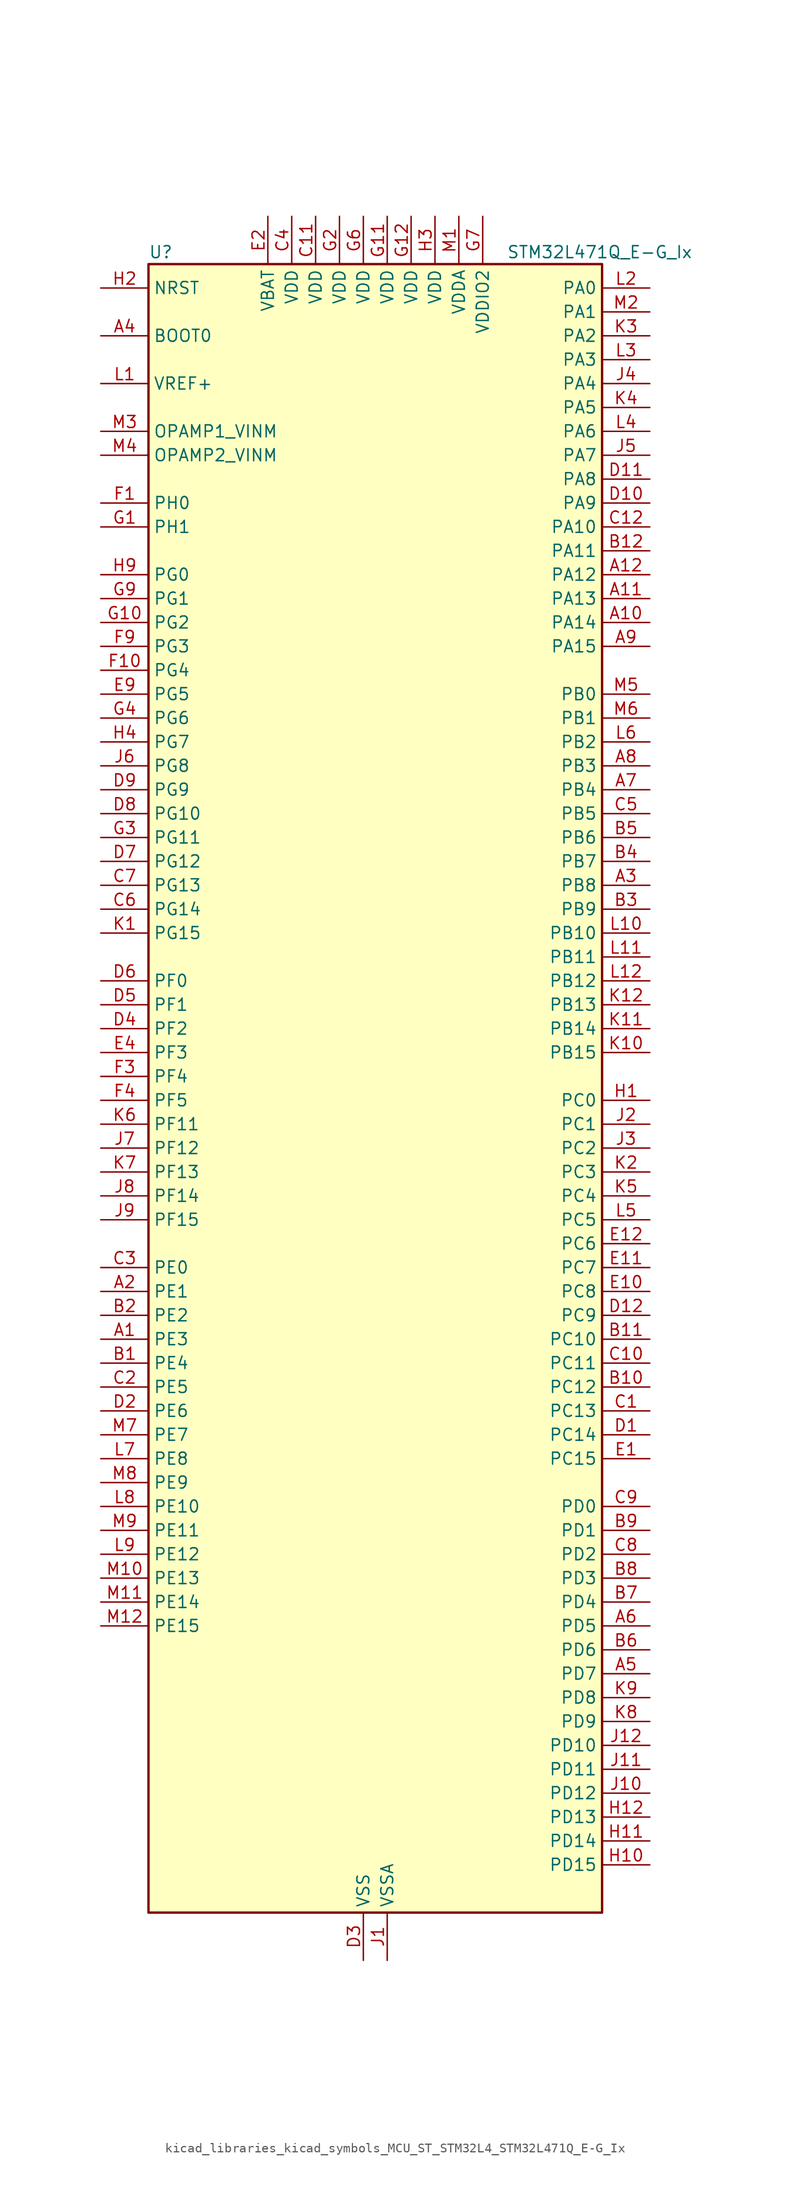
<source format=kicad_sym>
(kicad_symbol_lib
  (version 20220914)
  (generator kicad_symbol_editor)
  (symbol "kicad_libraries_kicad_symbols_MCU_ST_STM32L4_STM32L471Q_E-G_Ix"
    (property "Reference" "U"
      (at -22.86 90.17 0)
      (effects (font (size 1.27 1.27)) (justify left)))
    (property "Value" "STM32L471Q_E-G_Ix"
      (at 15.24 90.17 0)
      (effects (font (size 1.27 1.27)) (justify left)))
    (property "ki_locked" ""
      (at 0 0 0)
      (effects (font (size 1.27 1.27))))
    (symbol "kicad_libraries_kicad_symbols_MCU_ST_STM32L4_STM32L471Q_E-G_Ix_0_1"
      (rectangle (start -22.86 -86.36) (end 25.4 88.9) (stroke (width 0.254) (type default)) (fill (type background))))
    (symbol "kicad_libraries_kicad_symbols_MCU_ST_STM32L4_STM32L471Q_E-G_Ix_1_1"
      (pin bidirectional line (at -27.94 -25.4 0) (length 5.08) (name "PE3" (effects (font (size 1.27 1.27)))) (number "A1" (effects (font (size 1.27 1.27)))) (alternate "FMC_A19" bidirectional line) (alternate "SAI1_SD_B" bidirectional line) (alternate "SYS_TRACED0" bidirectional line) (alternate "TIM3_CH1" bidirectional line) (alternate "TSC_G7_IO2" bidirectional line))
      (pin bidirectional line (at 30.48 50.8 180) (length 5.08) (name "PA14" (effects (font (size 1.27 1.27)))) (number "A10" (effects (font (size 1.27 1.27)))) (alternate "SYS_JTCK-SWCLK" bidirectional line))
      (pin bidirectional line (at 30.48 53.34 180) (length 5.08) (name "PA13" (effects (font (size 1.27 1.27)))) (number "A11" (effects (font (size 1.27 1.27)))) (alternate "IR_OUT" bidirectional line) (alternate "SYS_JTMS-SWDIO" bidirectional line))
      (pin bidirectional line (at 30.48 55.88 180) (length 5.08) (name "PA12" (effects (font (size 1.27 1.27)))) (number "A12" (effects (font (size 1.27 1.27)))) (alternate "CAN1_TX" bidirectional line) (alternate "TIM1_ETR" bidirectional line) (alternate "USART1_DE" bidirectional line) (alternate "USART1_RTS" bidirectional line))
      (pin bidirectional line (at -27.94 -20.32 0) (length 5.08) (name "PE1" (effects (font (size 1.27 1.27)))) (number "A2" (effects (font (size 1.27 1.27)))) (alternate "FMC_NBL1" bidirectional line) (alternate "TIM17_CH1" bidirectional line))
      (pin bidirectional line (at 30.48 22.86 180) (length 5.08) (name "PB8" (effects (font (size 1.27 1.27)))) (number "A3" (effects (font (size 1.27 1.27)))) (alternate "CAN1_RX" bidirectional line) (alternate "DFSDM1_DATIN6" bidirectional line) (alternate "I2C1_SCL" bidirectional line) (alternate "SAI1_MCLK_A" bidirectional line) (alternate "SDMMC1_D4" bidirectional line) (alternate "TIM16_CH1" bidirectional line) (alternate "TIM4_CH3" bidirectional line))
      (pin input line (at -27.94 81.28 0) (length 5.08) (name "BOOT0" (effects (font (size 1.27 1.27)))) (number "A4" (effects (font (size 1.27 1.27)))))
      (pin bidirectional line (at 30.48 -60.96 180) (length 5.08) (name "PD7" (effects (font (size 1.27 1.27)))) (number "A5" (effects (font (size 1.27 1.27)))) (alternate "DFSDM1_CKIN1" bidirectional line) (alternate "FMC_NE1" bidirectional line) (alternate "USART2_CK" bidirectional line))
      (pin bidirectional line (at 30.48 -55.88 180) (length 5.08) (name "PD5" (effects (font (size 1.27 1.27)))) (number "A6" (effects (font (size 1.27 1.27)))) (alternate "FMC_NWE" bidirectional line) (alternate "USART2_TX" bidirectional line))
      (pin bidirectional line (at 30.48 33.02 180) (length 5.08) (name "PB4" (effects (font (size 1.27 1.27)))) (number "A7" (effects (font (size 1.27 1.27)))) (alternate "COMP2_INP" bidirectional line) (alternate "SAI1_MCLK_B" bidirectional line) (alternate "SPI1_MISO" bidirectional line) (alternate "SPI3_MISO" bidirectional line) (alternate "SYS_JTRST" bidirectional line) (alternate "TIM17_BKIN" bidirectional line) (alternate "TIM3_CH1" bidirectional line) (alternate "TSC_G2_IO1" bidirectional line) (alternate "UART5_DE" bidirectional line) (alternate "UART5_RTS" bidirectional line) (alternate "USART1_CTS" bidirectional line))
      (pin bidirectional line (at 30.48 35.56 180) (length 5.08) (name "PB3" (effects (font (size 1.27 1.27)))) (number "A8" (effects (font (size 1.27 1.27)))) (alternate "COMP2_INM" bidirectional line) (alternate "SAI1_SCK_B" bidirectional line) (alternate "SPI1_SCK" bidirectional line) (alternate "SPI3_SCK" bidirectional line) (alternate "SYS_JTDO-SWO" bidirectional line) (alternate "TIM2_CH2" bidirectional line) (alternate "USART1_DE" bidirectional line) (alternate "USART1_RTS" bidirectional line))
      (pin bidirectional line (at 30.48 48.26 180) (length 5.08) (name "PA15" (effects (font (size 1.27 1.27)))) (number "A9" (effects (font (size 1.27 1.27)))) (alternate "ADC1_EXTI15" bidirectional line) (alternate "ADC2_EXTI15" bidirectional line) (alternate "ADC3_EXTI15" bidirectional line) (alternate "SAI2_FS_B" bidirectional line) (alternate "SPI1_NSS" bidirectional line) (alternate "SPI3_NSS" bidirectional line) (alternate "SYS_JTDI" bidirectional line) (alternate "TIM2_CH1" bidirectional line) (alternate "TIM2_ETR" bidirectional line) (alternate "TSC_G3_IO1" bidirectional line) (alternate "UART4_DE" bidirectional line) (alternate "UART4_RTS" bidirectional line))
      (pin bidirectional line (at -27.94 -27.94 0) (length 5.08) (name "PE4" (effects (font (size 1.27 1.27)))) (number "B1" (effects (font (size 1.27 1.27)))) (alternate "DFSDM1_DATIN3" bidirectional line) (alternate "FMC_A20" bidirectional line) (alternate "SAI1_FS_A" bidirectional line) (alternate "SYS_TRACED1" bidirectional line) (alternate "TIM3_CH2" bidirectional line) (alternate "TSC_G7_IO3" bidirectional line))
      (pin bidirectional line (at 30.48 -30.48 180) (length 5.08) (name "PC12" (effects (font (size 1.27 1.27)))) (number "B10" (effects (font (size 1.27 1.27)))) (alternate "SAI2_SD_B" bidirectional line) (alternate "SDMMC1_CK" bidirectional line) (alternate "SPI3_MOSI" bidirectional line) (alternate "TSC_G3_IO4" bidirectional line) (alternate "UART5_TX" bidirectional line) (alternate "USART3_CK" bidirectional line))
      (pin bidirectional line (at 30.48 -25.4 180) (length 5.08) (name "PC10" (effects (font (size 1.27 1.27)))) (number "B11" (effects (font (size 1.27 1.27)))) (alternate "SAI2_SCK_B" bidirectional line) (alternate "SDMMC1_D2" bidirectional line) (alternate "SPI3_SCK" bidirectional line) (alternate "TSC_G3_IO2" bidirectional line) (alternate "UART4_TX" bidirectional line) (alternate "USART3_TX" bidirectional line))
      (pin bidirectional line (at 30.48 58.42 180) (length 5.08) (name "PA11" (effects (font (size 1.27 1.27)))) (number "B12" (effects (font (size 1.27 1.27)))) (alternate "ADC1_EXTI11" bidirectional line) (alternate "ADC2_EXTI11" bidirectional line) (alternate "ADC3_EXTI11" bidirectional line) (alternate "CAN1_RX" bidirectional line) (alternate "TIM1_BKIN2" bidirectional line) (alternate "TIM1_BKIN2_COMP1" bidirectional line) (alternate "TIM1_CH4" bidirectional line) (alternate "USART1_CTS" bidirectional line))
      (pin bidirectional line (at -27.94 -22.86 0) (length 5.08) (name "PE2" (effects (font (size 1.27 1.27)))) (number "B2" (effects (font (size 1.27 1.27)))) (alternate "FMC_A23" bidirectional line) (alternate "SAI1_MCLK_A" bidirectional line) (alternate "SYS_TRACECLK" bidirectional line) (alternate "TIM3_ETR" bidirectional line) (alternate "TSC_G7_IO1" bidirectional line))
      (pin bidirectional line (at 30.48 20.32 180) (length 5.08) (name "PB9" (effects (font (size 1.27 1.27)))) (number "B3" (effects (font (size 1.27 1.27)))) (alternate "CAN1_TX" bidirectional line) (alternate "DAC1_EXTI9" bidirectional line) (alternate "DFSDM1_CKIN6" bidirectional line) (alternate "I2C1_SDA" bidirectional line) (alternate "IR_OUT" bidirectional line) (alternate "SAI1_FS_A" bidirectional line) (alternate "SDMMC1_D5" bidirectional line) (alternate "SPI2_NSS" bidirectional line) (alternate "TIM17_CH1" bidirectional line) (alternate "TIM4_CH4" bidirectional line))
      (pin bidirectional line (at 30.48 25.4 180) (length 5.08) (name "PB7" (effects (font (size 1.27 1.27)))) (number "B4" (effects (font (size 1.27 1.27)))) (alternate "COMP2_INM" bidirectional line) (alternate "DFSDM1_CKIN5" bidirectional line) (alternate "FMC_NL" bidirectional line) (alternate "I2C1_SDA" bidirectional line) (alternate "LPTIM1_IN2" bidirectional line) (alternate "SYS_PVD_IN" bidirectional line) (alternate "TIM17_CH1N" bidirectional line) (alternate "TIM4_CH2" bidirectional line) (alternate "TIM8_BKIN" bidirectional line) (alternate "TIM8_BKIN_COMP1" bidirectional line) (alternate "TSC_G2_IO4" bidirectional line) (alternate "UART4_CTS" bidirectional line) (alternate "USART1_RX" bidirectional line))
      (pin bidirectional line (at 30.48 27.94 180) (length 5.08) (name "PB6" (effects (font (size 1.27 1.27)))) (number "B5" (effects (font (size 1.27 1.27)))) (alternate "COMP2_INP" bidirectional line) (alternate "DFSDM1_DATIN5" bidirectional line) (alternate "I2C1_SCL" bidirectional line) (alternate "LPTIM1_ETR" bidirectional line) (alternate "SAI1_FS_B" bidirectional line) (alternate "TIM16_CH1N" bidirectional line) (alternate "TIM4_CH1" bidirectional line) (alternate "TIM8_BKIN2" bidirectional line) (alternate "TIM8_BKIN2_COMP2" bidirectional line) (alternate "TSC_G2_IO3" bidirectional line) (alternate "USART1_TX" bidirectional line))
      (pin bidirectional line (at 30.48 -58.42 180) (length 5.08) (name "PD6" (effects (font (size 1.27 1.27)))) (number "B6" (effects (font (size 1.27 1.27)))) (alternate "DFSDM1_DATIN1" bidirectional line) (alternate "FMC_NWAIT" bidirectional line) (alternate "SAI1_SD_A" bidirectional line) (alternate "USART2_RX" bidirectional line))
      (pin bidirectional line (at 30.48 -53.34 180) (length 5.08) (name "PD4" (effects (font (size 1.27 1.27)))) (number "B7" (effects (font (size 1.27 1.27)))) (alternate "DFSDM1_CKIN0" bidirectional line) (alternate "FMC_NOE" bidirectional line) (alternate "SPI2_MOSI" bidirectional line) (alternate "USART2_DE" bidirectional line) (alternate "USART2_RTS" bidirectional line))
      (pin bidirectional line (at 30.48 -50.8 180) (length 5.08) (name "PD3" (effects (font (size 1.27 1.27)))) (number "B8" (effects (font (size 1.27 1.27)))) (alternate "DFSDM1_DATIN0" bidirectional line) (alternate "FMC_CLK" bidirectional line) (alternate "SPI2_MISO" bidirectional line) (alternate "USART2_CTS" bidirectional line))
      (pin bidirectional line (at 30.48 -45.72 180) (length 5.08) (name "PD1" (effects (font (size 1.27 1.27)))) (number "B9" (effects (font (size 1.27 1.27)))) (alternate "CAN1_TX" bidirectional line) (alternate "DFSDM1_CKIN7" bidirectional line) (alternate "FMC_D3" bidirectional line) (alternate "FMC_DA3" bidirectional line) (alternate "SPI2_SCK" bidirectional line))
      (pin bidirectional line (at 30.48 -33.02 180) (length 5.08) (name "PC13" (effects (font (size 1.27 1.27)))) (number "C1" (effects (font (size 1.27 1.27)))) (alternate "RTC_OUT_ALARM" bidirectional line) (alternate "RTC_OUT_CALIB" bidirectional line) (alternate "RTC_TAMP1" bidirectional line) (alternate "RTC_TS" bidirectional line) (alternate "SYS_WKUP2" bidirectional line))
      (pin bidirectional line (at 30.48 -27.94 180) (length 5.08) (name "PC11" (effects (font (size 1.27 1.27)))) (number "C10" (effects (font (size 1.27 1.27)))) (alternate "ADC1_EXTI11" bidirectional line) (alternate "ADC2_EXTI11" bidirectional line) (alternate "ADC3_EXTI11" bidirectional line) (alternate "SAI2_MCLK_B" bidirectional line) (alternate "SDMMC1_D3" bidirectional line) (alternate "SPI3_MISO" bidirectional line) (alternate "TSC_G3_IO3" bidirectional line) (alternate "UART4_RX" bidirectional line) (alternate "USART3_RX" bidirectional line))
      (pin power_in line (at -5.08 93.98 270) (length 5.08) (name "VDD" (effects (font (size 1.27 1.27)))) (number "C11" (effects (font (size 1.27 1.27)))))
      (pin bidirectional line (at 30.48 60.96 180) (length 5.08) (name "PA10" (effects (font (size 1.27 1.27)))) (number "C12" (effects (font (size 1.27 1.27)))) (alternate "TIM17_BKIN" bidirectional line) (alternate "TIM1_CH3" bidirectional line) (alternate "USART1_RX" bidirectional line))
      (pin bidirectional line (at -27.94 -30.48 0) (length 5.08) (name "PE5" (effects (font (size 1.27 1.27)))) (number "C2" (effects (font (size 1.27 1.27)))) (alternate "DFSDM1_CKIN3" bidirectional line) (alternate "FMC_A21" bidirectional line) (alternate "SAI1_SCK_A" bidirectional line) (alternate "SYS_TRACED2" bidirectional line) (alternate "TIM3_CH3" bidirectional line) (alternate "TSC_G7_IO4" bidirectional line))
      (pin bidirectional line (at -27.94 -17.78 0) (length 5.08) (name "PE0" (effects (font (size 1.27 1.27)))) (number "C3" (effects (font (size 1.27 1.27)))) (alternate "FMC_NBL0" bidirectional line) (alternate "TIM16_CH1" bidirectional line) (alternate "TIM4_ETR" bidirectional line))
      (pin power_in line (at -7.62 93.98 270) (length 5.08) (name "VDD" (effects (font (size 1.27 1.27)))) (number "C4" (effects (font (size 1.27 1.27)))))
      (pin bidirectional line (at 30.48 30.48 180) (length 5.08) (name "PB5" (effects (font (size 1.27 1.27)))) (number "C5" (effects (font (size 1.27 1.27)))) (alternate "COMP2_OUT" bidirectional line) (alternate "I2C1_SMBA" bidirectional line) (alternate "LPTIM1_IN1" bidirectional line) (alternate "SAI1_SD_B" bidirectional line) (alternate "SPI1_MOSI" bidirectional line) (alternate "SPI3_MOSI" bidirectional line) (alternate "TIM16_BKIN" bidirectional line) (alternate "TIM3_CH2" bidirectional line) (alternate "TSC_G2_IO2" bidirectional line) (alternate "UART5_CTS" bidirectional line) (alternate "USART1_CK" bidirectional line))
      (pin bidirectional line (at -27.94 20.32 0) (length 5.08) (name "PG14" (effects (font (size 1.27 1.27)))) (number "C6" (effects (font (size 1.27 1.27)))) (alternate "FMC_A25" bidirectional line) (alternate "I2C1_SCL" bidirectional line))
      (pin bidirectional line (at -27.94 22.86 0) (length 5.08) (name "PG13" (effects (font (size 1.27 1.27)))) (number "C7" (effects (font (size 1.27 1.27)))) (alternate "FMC_A24" bidirectional line) (alternate "I2C1_SDA" bidirectional line) (alternate "USART1_CK" bidirectional line))
      (pin bidirectional line (at 30.48 -48.26 180) (length 5.08) (name "PD2" (effects (font (size 1.27 1.27)))) (number "C8" (effects (font (size 1.27 1.27)))) (alternate "SDMMC1_CMD" bidirectional line) (alternate "TIM3_ETR" bidirectional line) (alternate "TSC_SYNC" bidirectional line) (alternate "UART5_RX" bidirectional line) (alternate "USART3_DE" bidirectional line) (alternate "USART3_RTS" bidirectional line))
      (pin bidirectional line (at 30.48 -43.18 180) (length 5.08) (name "PD0" (effects (font (size 1.27 1.27)))) (number "C9" (effects (font (size 1.27 1.27)))) (alternate "CAN1_RX" bidirectional line) (alternate "DFSDM1_DATIN7" bidirectional line) (alternate "FMC_D2" bidirectional line) (alternate "FMC_DA2" bidirectional line) (alternate "SPI2_NSS" bidirectional line))
      (pin bidirectional line (at 30.48 -35.56 180) (length 5.08) (name "PC14" (effects (font (size 1.27 1.27)))) (number "D1" (effects (font (size 1.27 1.27)))) (alternate "RCC_OSC32_IN" bidirectional line))
      (pin bidirectional line (at 30.48 63.5 180) (length 5.08) (name "PA9" (effects (font (size 1.27 1.27)))) (number "D10" (effects (font (size 1.27 1.27)))) (alternate "DAC1_EXTI9" bidirectional line) (alternate "TIM15_BKIN" bidirectional line) (alternate "TIM1_CH2" bidirectional line) (alternate "USART1_TX" bidirectional line))
      (pin bidirectional line (at 30.48 66.04 180) (length 5.08) (name "PA8" (effects (font (size 1.27 1.27)))) (number "D11" (effects (font (size 1.27 1.27)))) (alternate "LPTIM2_OUT" bidirectional line) (alternate "RCC_MCO" bidirectional line) (alternate "TIM1_CH1" bidirectional line) (alternate "USART1_CK" bidirectional line))
      (pin bidirectional line (at 30.48 -22.86 180) (length 5.08) (name "PC9" (effects (font (size 1.27 1.27)))) (number "D12" (effects (font (size 1.27 1.27)))) (alternate "DAC1_EXTI9" bidirectional line) (alternate "SAI2_EXTCLK" bidirectional line) (alternate "SDMMC1_D1" bidirectional line) (alternate "TIM3_CH4" bidirectional line) (alternate "TIM8_BKIN2" bidirectional line) (alternate "TIM8_BKIN2_COMP1" bidirectional line) (alternate "TIM8_CH4" bidirectional line) (alternate "TSC_G4_IO4" bidirectional line))
      (pin bidirectional line (at -27.94 -33.02 0) (length 5.08) (name "PE6" (effects (font (size 1.27 1.27)))) (number "D2" (effects (font (size 1.27 1.27)))) (alternate "FMC_A22" bidirectional line) (alternate "RTC_TAMP3" bidirectional line) (alternate "SAI1_SD_A" bidirectional line) (alternate "SYS_TRACED3" bidirectional line) (alternate "SYS_WKUP3" bidirectional line) (alternate "TIM3_CH4" bidirectional line))
      (pin power_in line (at 0 -91.44 90) (length 5.08) (name "VSS" (effects (font (size 1.27 1.27)))) (number "D3" (effects (font (size 1.27 1.27)))))
      (pin bidirectional line (at -27.94 7.62 0) (length 5.08) (name "PF2" (effects (font (size 1.27 1.27)))) (number "D4" (effects (font (size 1.27 1.27)))) (alternate "FMC_A2" bidirectional line) (alternate "I2C2_SMBA" bidirectional line))
      (pin bidirectional line (at -27.94 10.16 0) (length 5.08) (name "PF1" (effects (font (size 1.27 1.27)))) (number "D5" (effects (font (size 1.27 1.27)))) (alternate "FMC_A1" bidirectional line) (alternate "I2C2_SCL" bidirectional line))
      (pin bidirectional line (at -27.94 12.7 0) (length 5.08) (name "PF0" (effects (font (size 1.27 1.27)))) (number "D6" (effects (font (size 1.27 1.27)))) (alternate "FMC_A0" bidirectional line) (alternate "I2C2_SDA" bidirectional line))
      (pin bidirectional line (at -27.94 25.4 0) (length 5.08) (name "PG12" (effects (font (size 1.27 1.27)))) (number "D7" (effects (font (size 1.27 1.27)))) (alternate "FMC_NE4" bidirectional line) (alternate "LPTIM1_ETR" bidirectional line) (alternate "SAI2_SD_A" bidirectional line) (alternate "SPI3_NSS" bidirectional line) (alternate "USART1_DE" bidirectional line) (alternate "USART1_RTS" bidirectional line))
      (pin bidirectional line (at -27.94 30.48 0) (length 5.08) (name "PG10" (effects (font (size 1.27 1.27)))) (number "D8" (effects (font (size 1.27 1.27)))) (alternate "FMC_NE3" bidirectional line) (alternate "LPTIM1_IN1" bidirectional line) (alternate "SAI2_FS_A" bidirectional line) (alternate "SPI3_MISO" bidirectional line) (alternate "TIM15_CH1" bidirectional line) (alternate "USART1_RX" bidirectional line))
      (pin bidirectional line (at -27.94 33.02 0) (length 5.08) (name "PG9" (effects (font (size 1.27 1.27)))) (number "D9" (effects (font (size 1.27 1.27)))) (alternate "DAC1_EXTI9" bidirectional line) (alternate "FMC_NCE3" bidirectional line) (alternate "FMC_NE2" bidirectional line) (alternate "SAI2_SCK_A" bidirectional line) (alternate "SPI3_SCK" bidirectional line) (alternate "TIM15_CH1N" bidirectional line) (alternate "USART1_TX" bidirectional line))
      (pin bidirectional line (at 30.48 -38.1 180) (length 5.08) (name "PC15" (effects (font (size 1.27 1.27)))) (number "E1" (effects (font (size 1.27 1.27)))) (alternate "ADC1_EXTI15" bidirectional line) (alternate "ADC2_EXTI15" bidirectional line) (alternate "ADC3_EXTI15" bidirectional line) (alternate "RCC_OSC32_OUT" bidirectional line))
      (pin bidirectional line (at 30.48 -20.32 180) (length 5.08) (name "PC8" (effects (font (size 1.27 1.27)))) (number "E10" (effects (font (size 1.27 1.27)))) (alternate "SDMMC1_D0" bidirectional line) (alternate "TIM3_CH3" bidirectional line) (alternate "TIM8_CH3" bidirectional line) (alternate "TSC_G4_IO3" bidirectional line))
      (pin bidirectional line (at 30.48 -17.78 180) (length 5.08) (name "PC7" (effects (font (size 1.27 1.27)))) (number "E11" (effects (font (size 1.27 1.27)))) (alternate "DFSDM1_DATIN3" bidirectional line) (alternate "SAI2_MCLK_B" bidirectional line) (alternate "SDMMC1_D7" bidirectional line) (alternate "TIM3_CH2" bidirectional line) (alternate "TIM8_CH2" bidirectional line) (alternate "TSC_G4_IO2" bidirectional line))
      (pin bidirectional line (at 30.48 -15.24 180) (length 5.08) (name "PC6" (effects (font (size 1.27 1.27)))) (number "E12" (effects (font (size 1.27 1.27)))) (alternate "DFSDM1_CKIN3" bidirectional line) (alternate "SAI2_MCLK_A" bidirectional line) (alternate "SDMMC1_D6" bidirectional line) (alternate "TIM3_CH1" bidirectional line) (alternate "TIM8_CH1" bidirectional line) (alternate "TSC_G4_IO1" bidirectional line))
      (pin power_in line (at -10.16 93.98 270) (length 5.08) (name "VBAT" (effects (font (size 1.27 1.27)))) (number "E2" (effects (font (size 1.27 1.27)))))
      (pin passive line (at 0 -91.44 90) (length 5.08) hide (name "VSS" (effects (font (size 1.27 1.27)))) (number "E3" (effects (font (size 1.27 1.27)))))
      (pin bidirectional line (at -27.94 5.08 0) (length 5.08) (name "PF3" (effects (font (size 1.27 1.27)))) (number "E4" (effects (font (size 1.27 1.27)))) (alternate "ADC3_IN6" bidirectional line) (alternate "FMC_A3" bidirectional line))
      (pin bidirectional line (at -27.94 43.18 0) (length 5.08) (name "PG5" (effects (font (size 1.27 1.27)))) (number "E9" (effects (font (size 1.27 1.27)))) (alternate "FMC_A15" bidirectional line) (alternate "LPUART1_CTS" bidirectional line) (alternate "SAI2_SD_B" bidirectional line) (alternate "SPI1_NSS" bidirectional line))
      (pin bidirectional line (at -27.94 63.5 0) (length 5.08) (name "PH0" (effects (font (size 1.27 1.27)))) (number "F1" (effects (font (size 1.27 1.27)))) (alternate "RCC_OSC_IN" bidirectional line))
      (pin bidirectional line (at -27.94 45.72 0) (length 5.08) (name "PG4" (effects (font (size 1.27 1.27)))) (number "F10" (effects (font (size 1.27 1.27)))) (alternate "FMC_A14" bidirectional line) (alternate "SAI2_MCLK_B" bidirectional line) (alternate "SPI1_MOSI" bidirectional line))
      (pin passive line (at 0 -91.44 90) (length 5.08) hide (name "VSS" (effects (font (size 1.27 1.27)))) (number "F11" (effects (font (size 1.27 1.27)))))
      (pin passive line (at 0 -91.44 90) (length 5.08) hide (name "VSS" (effects (font (size 1.27 1.27)))) (number "F12" (effects (font (size 1.27 1.27)))))
      (pin passive line (at 0 -91.44 90) (length 5.08) hide (name "VSS" (effects (font (size 1.27 1.27)))) (number "F2" (effects (font (size 1.27 1.27)))))
      (pin bidirectional line (at -27.94 2.54 0) (length 5.08) (name "PF4" (effects (font (size 1.27 1.27)))) (number "F3" (effects (font (size 1.27 1.27)))) (alternate "ADC3_IN7" bidirectional line) (alternate "FMC_A4" bidirectional line))
      (pin bidirectional line (at -27.94 0 0) (length 5.08) (name "PF5" (effects (font (size 1.27 1.27)))) (number "F4" (effects (font (size 1.27 1.27)))) (alternate "ADC3_IN8" bidirectional line) (alternate "FMC_A5" bidirectional line))
      (pin passive line (at 0 -91.44 90) (length 5.08) hide (name "VSS" (effects (font (size 1.27 1.27)))) (number "F6" (effects (font (size 1.27 1.27)))))
      (pin passive line (at 0 -91.44 90) (length 5.08) hide (name "VSS" (effects (font (size 1.27 1.27)))) (number "F7" (effects (font (size 1.27 1.27)))))
      (pin bidirectional line (at -27.94 48.26 0) (length 5.08) (name "PG3" (effects (font (size 1.27 1.27)))) (number "F9" (effects (font (size 1.27 1.27)))) (alternate "FMC_A13" bidirectional line) (alternate "SAI2_FS_B" bidirectional line) (alternate "SPI1_MISO" bidirectional line))
      (pin bidirectional line (at -27.94 60.96 0) (length 5.08) (name "PH1" (effects (font (size 1.27 1.27)))) (number "G1" (effects (font (size 1.27 1.27)))) (alternate "RCC_OSC_OUT" bidirectional line))
      (pin bidirectional line (at -27.94 50.8 0) (length 5.08) (name "PG2" (effects (font (size 1.27 1.27)))) (number "G10" (effects (font (size 1.27 1.27)))) (alternate "FMC_A12" bidirectional line) (alternate "SAI2_SCK_B" bidirectional line) (alternate "SPI1_SCK" bidirectional line))
      (pin power_in line (at 2.54 93.98 270) (length 5.08) (name "VDD" (effects (font (size 1.27 1.27)))) (number "G11" (effects (font (size 1.27 1.27)))))
      (pin power_in line (at 5.08 93.98 270) (length 5.08) (name "VDD" (effects (font (size 1.27 1.27)))) (number "G12" (effects (font (size 1.27 1.27)))))
      (pin power_in line (at -2.54 93.98 270) (length 5.08) (name "VDD" (effects (font (size 1.27 1.27)))) (number "G2" (effects (font (size 1.27 1.27)))))
      (pin bidirectional line (at -27.94 27.94 0) (length 5.08) (name "PG11" (effects (font (size 1.27 1.27)))) (number "G3" (effects (font (size 1.27 1.27)))) (alternate "ADC1_EXTI11" bidirectional line) (alternate "ADC2_EXTI11" bidirectional line) (alternate "ADC3_EXTI11" bidirectional line) (alternate "LPTIM1_IN2" bidirectional line) (alternate "SAI2_MCLK_A" bidirectional line) (alternate "SPI3_MOSI" bidirectional line) (alternate "TIM15_CH2" bidirectional line) (alternate "USART1_CTS" bidirectional line))
      (pin bidirectional line (at -27.94 40.64 0) (length 5.08) (name "PG6" (effects (font (size 1.27 1.27)))) (number "G4" (effects (font (size 1.27 1.27)))) (alternate "I2C3_SMBA" bidirectional line) (alternate "LPUART1_DE" bidirectional line) (alternate "LPUART1_RTS" bidirectional line))
      (pin power_in line (at 0 93.98 270) (length 5.08) (name "VDD" (effects (font (size 1.27 1.27)))) (number "G6" (effects (font (size 1.27 1.27)))))
      (pin power_in line (at 12.7 93.98 270) (length 5.08) (name "VDDIO2" (effects (font (size 1.27 1.27)))) (number "G7" (effects (font (size 1.27 1.27)))))
      (pin bidirectional line (at -27.94 53.34 0) (length 5.08) (name "PG1" (effects (font (size 1.27 1.27)))) (number "G9" (effects (font (size 1.27 1.27)))) (alternate "FMC_A11" bidirectional line) (alternate "TSC_G8_IO4" bidirectional line))
      (pin bidirectional line (at 30.48 0 180) (length 5.08) (name "PC0" (effects (font (size 1.27 1.27)))) (number "H1" (effects (font (size 1.27 1.27)))) (alternate "ADC1_IN1" bidirectional line) (alternate "ADC2_IN1" bidirectional line) (alternate "ADC3_IN1" bidirectional line) (alternate "DFSDM1_DATIN4" bidirectional line) (alternate "I2C3_SCL" bidirectional line) (alternate "LPTIM1_IN1" bidirectional line) (alternate "LPTIM2_IN1" bidirectional line) (alternate "LPUART1_RX" bidirectional line))
      (pin bidirectional line (at 30.48 -81.28 180) (length 5.08) (name "PD15" (effects (font (size 1.27 1.27)))) (number "H10" (effects (font (size 1.27 1.27)))) (alternate "ADC1_EXTI15" bidirectional line) (alternate "ADC2_EXTI15" bidirectional line) (alternate "ADC3_EXTI15" bidirectional line) (alternate "FMC_D1" bidirectional line) (alternate "FMC_DA1" bidirectional line) (alternate "TIM4_CH4" bidirectional line))
      (pin bidirectional line (at 30.48 -78.74 180) (length 5.08) (name "PD14" (effects (font (size 1.27 1.27)))) (number "H11" (effects (font (size 1.27 1.27)))) (alternate "FMC_D0" bidirectional line) (alternate "FMC_DA0" bidirectional line) (alternate "TIM4_CH3" bidirectional line))
      (pin bidirectional line (at 30.48 -76.2 180) (length 5.08) (name "PD13" (effects (font (size 1.27 1.27)))) (number "H12" (effects (font (size 1.27 1.27)))) (alternate "FMC_A18" bidirectional line) (alternate "LPTIM2_OUT" bidirectional line) (alternate "TIM4_CH2" bidirectional line) (alternate "TSC_G6_IO4" bidirectional line))
      (pin input line (at -27.94 86.36 0) (length 5.08) (name "NRST" (effects (font (size 1.27 1.27)))) (number "H2" (effects (font (size 1.27 1.27)))))
      (pin power_in line (at 7.62 93.98 270) (length 5.08) (name "VDD" (effects (font (size 1.27 1.27)))) (number "H3" (effects (font (size 1.27 1.27)))))
      (pin bidirectional line (at -27.94 38.1 0) (length 5.08) (name "PG7" (effects (font (size 1.27 1.27)))) (number "H4" (effects (font (size 1.27 1.27)))) (alternate "FMC_INT3" bidirectional line) (alternate "I2C3_SCL" bidirectional line) (alternate "LPUART1_TX" bidirectional line))
      (pin bidirectional line (at -27.94 55.88 0) (length 5.08) (name "PG0" (effects (font (size 1.27 1.27)))) (number "H9" (effects (font (size 1.27 1.27)))) (alternate "FMC_A10" bidirectional line) (alternate "TSC_G8_IO3" bidirectional line))
      (pin power_in line (at 2.54 -91.44 90) (length 5.08) (name "VSSA" (effects (font (size 1.27 1.27)))) (number "J1" (effects (font (size 1.27 1.27)))))
      (pin bidirectional line (at 30.48 -73.66 180) (length 5.08) (name "PD12" (effects (font (size 1.27 1.27)))) (number "J10" (effects (font (size 1.27 1.27)))) (alternate "FMC_A17" bidirectional line) (alternate "FMC_ALE" bidirectional line) (alternate "LPTIM2_IN1" bidirectional line) (alternate "SAI2_FS_A" bidirectional line) (alternate "TIM4_CH1" bidirectional line) (alternate "TSC_G6_IO3" bidirectional line) (alternate "USART3_DE" bidirectional line) (alternate "USART3_RTS" bidirectional line))
      (pin bidirectional line (at 30.48 -71.12 180) (length 5.08) (name "PD11" (effects (font (size 1.27 1.27)))) (number "J11" (effects (font (size 1.27 1.27)))) (alternate "ADC1_EXTI11" bidirectional line) (alternate "ADC2_EXTI11" bidirectional line) (alternate "ADC3_EXTI11" bidirectional line) (alternate "FMC_A16" bidirectional line) (alternate "FMC_CLE" bidirectional line) (alternate "LPTIM2_ETR" bidirectional line) (alternate "SAI2_SD_A" bidirectional line) (alternate "TSC_G6_IO2" bidirectional line) (alternate "USART3_CTS" bidirectional line))
      (pin bidirectional line (at 30.48 -68.58 180) (length 5.08) (name "PD10" (effects (font (size 1.27 1.27)))) (number "J12" (effects (font (size 1.27 1.27)))) (alternate "FMC_D15" bidirectional line) (alternate "FMC_DA15" bidirectional line) (alternate "SAI2_SCK_A" bidirectional line) (alternate "TSC_G6_IO1" bidirectional line) (alternate "USART3_CK" bidirectional line))
      (pin bidirectional line (at 30.48 -2.54 180) (length 5.08) (name "PC1" (effects (font (size 1.27 1.27)))) (number "J2" (effects (font (size 1.27 1.27)))) (alternate "ADC1_IN2" bidirectional line) (alternate "ADC2_IN2" bidirectional line) (alternate "ADC3_IN2" bidirectional line) (alternate "DFSDM1_CKIN4" bidirectional line) (alternate "I2C3_SDA" bidirectional line) (alternate "LPTIM1_OUT" bidirectional line) (alternate "LPUART1_TX" bidirectional line))
      (pin bidirectional line (at 30.48 -5.08 180) (length 5.08) (name "PC2" (effects (font (size 1.27 1.27)))) (number "J3" (effects (font (size 1.27 1.27)))) (alternate "ADC1_IN3" bidirectional line) (alternate "ADC2_IN3" bidirectional line) (alternate "ADC3_IN3" bidirectional line) (alternate "DFSDM1_CKOUT" bidirectional line) (alternate "LPTIM1_IN2" bidirectional line) (alternate "SPI2_MISO" bidirectional line))
      (pin bidirectional line (at 30.48 76.2 180) (length 5.08) (name "PA4" (effects (font (size 1.27 1.27)))) (number "J4" (effects (font (size 1.27 1.27)))) (alternate "ADC1_IN9" bidirectional line) (alternate "ADC2_IN9" bidirectional line) (alternate "DAC1_OUT1" bidirectional line) (alternate "LPTIM2_OUT" bidirectional line) (alternate "SAI1_FS_B" bidirectional line) (alternate "SPI1_NSS" bidirectional line) (alternate "SPI3_NSS" bidirectional line) (alternate "USART2_CK" bidirectional line))
      (pin bidirectional line (at 30.48 68.58 180) (length 5.08) (name "PA7" (effects (font (size 1.27 1.27)))) (number "J5" (effects (font (size 1.27 1.27)))) (alternate "ADC1_IN12" bidirectional line) (alternate "ADC2_IN12" bidirectional line) (alternate "OPAMP2_VINM" bidirectional line) (alternate "QUADSPI_BK1_IO2" bidirectional line) (alternate "SPI1_MOSI" bidirectional line) (alternate "TIM17_CH1" bidirectional line) (alternate "TIM1_CH1N" bidirectional line) (alternate "TIM3_CH2" bidirectional line) (alternate "TIM8_CH1N" bidirectional line))
      (pin bidirectional line (at -27.94 35.56 0) (length 5.08) (name "PG8" (effects (font (size 1.27 1.27)))) (number "J6" (effects (font (size 1.27 1.27)))) (alternate "I2C3_SDA" bidirectional line) (alternate "LPUART1_RX" bidirectional line))
      (pin bidirectional line (at -27.94 -5.08 0) (length 5.08) (name "PF12" (effects (font (size 1.27 1.27)))) (number "J7" (effects (font (size 1.27 1.27)))) (alternate "FMC_A6" bidirectional line))
      (pin bidirectional line (at -27.94 -10.16 0) (length 5.08) (name "PF14" (effects (font (size 1.27 1.27)))) (number "J8" (effects (font (size 1.27 1.27)))) (alternate "DFSDM1_CKIN6" bidirectional line) (alternate "FMC_A8" bidirectional line) (alternate "TSC_G8_IO1" bidirectional line))
      (pin bidirectional line (at -27.94 -12.7 0) (length 5.08) (name "PF15" (effects (font (size 1.27 1.27)))) (number "J9" (effects (font (size 1.27 1.27)))) (alternate "ADC1_EXTI15" bidirectional line) (alternate "ADC2_EXTI15" bidirectional line) (alternate "ADC3_EXTI15" bidirectional line) (alternate "FMC_A9" bidirectional line) (alternate "TSC_G8_IO2" bidirectional line))
      (pin bidirectional line (at -27.94 17.78 0) (length 5.08) (name "PG15" (effects (font (size 1.27 1.27)))) (number "K1" (effects (font (size 1.27 1.27)))) (alternate "ADC1_EXTI15" bidirectional line) (alternate "ADC2_EXTI15" bidirectional line) (alternate "ADC3_EXTI15" bidirectional line) (alternate "I2C1_SMBA" bidirectional line) (alternate "LPTIM1_OUT" bidirectional line))
      (pin bidirectional line (at 30.48 5.08 180) (length 5.08) (name "PB15" (effects (font (size 1.27 1.27)))) (number "K10" (effects (font (size 1.27 1.27)))) (alternate "ADC1_EXTI15" bidirectional line) (alternate "ADC2_EXTI15" bidirectional line) (alternate "ADC3_EXTI15" bidirectional line) (alternate "DFSDM1_CKIN2" bidirectional line) (alternate "RTC_REFIN" bidirectional line) (alternate "SAI2_SD_A" bidirectional line) (alternate "SPI2_MOSI" bidirectional line) (alternate "SWPMI1_SUSPEND" bidirectional line) (alternate "TIM15_CH2" bidirectional line) (alternate "TIM1_CH3N" bidirectional line) (alternate "TIM8_CH3N" bidirectional line) (alternate "TSC_G1_IO4" bidirectional line))
      (pin bidirectional line (at 30.48 7.62 180) (length 5.08) (name "PB14" (effects (font (size 1.27 1.27)))) (number "K11" (effects (font (size 1.27 1.27)))) (alternate "DFSDM1_DATIN2" bidirectional line) (alternate "I2C2_SDA" bidirectional line) (alternate "SAI2_MCLK_A" bidirectional line) (alternate "SPI2_MISO" bidirectional line) (alternate "SWPMI1_RX" bidirectional line) (alternate "TIM15_CH1" bidirectional line) (alternate "TIM1_CH2N" bidirectional line) (alternate "TIM8_CH2N" bidirectional line) (alternate "TSC_G1_IO3" bidirectional line) (alternate "USART3_DE" bidirectional line) (alternate "USART3_RTS" bidirectional line))
      (pin bidirectional line (at 30.48 10.16 180) (length 5.08) (name "PB13" (effects (font (size 1.27 1.27)))) (number "K12" (effects (font (size 1.27 1.27)))) (alternate "DFSDM1_CKIN1" bidirectional line) (alternate "I2C2_SCL" bidirectional line) (alternate "LPUART1_CTS" bidirectional line) (alternate "SAI2_SCK_A" bidirectional line) (alternate "SPI2_SCK" bidirectional line) (alternate "SWPMI1_TX" bidirectional line) (alternate "TIM15_CH1N" bidirectional line) (alternate "TIM1_CH1N" bidirectional line) (alternate "TSC_G1_IO2" bidirectional line) (alternate "USART3_CTS" bidirectional line))
      (pin bidirectional line (at 30.48 -7.62 180) (length 5.08) (name "PC3" (effects (font (size 1.27 1.27)))) (number "K2" (effects (font (size 1.27 1.27)))) (alternate "ADC1_IN4" bidirectional line) (alternate "ADC2_IN4" bidirectional line) (alternate "ADC3_IN4" bidirectional line) (alternate "LPTIM1_ETR" bidirectional line) (alternate "LPTIM2_ETR" bidirectional line) (alternate "SAI1_SD_A" bidirectional line) (alternate "SPI2_MOSI" bidirectional line))
      (pin bidirectional line (at 30.48 81.28 180) (length 5.08) (name "PA2" (effects (font (size 1.27 1.27)))) (number "K3" (effects (font (size 1.27 1.27)))) (alternate "ADC1_IN7" bidirectional line) (alternate "ADC2_IN7" bidirectional line) (alternate "RCC_LSCO" bidirectional line) (alternate "SAI2_EXTCLK" bidirectional line) (alternate "SYS_WKUP4" bidirectional line) (alternate "TIM15_CH1" bidirectional line) (alternate "TIM2_CH3" bidirectional line) (alternate "TIM5_CH3" bidirectional line) (alternate "USART2_TX" bidirectional line))
      (pin bidirectional line (at 30.48 73.66 180) (length 5.08) (name "PA5" (effects (font (size 1.27 1.27)))) (number "K4" (effects (font (size 1.27 1.27)))) (alternate "ADC1_IN10" bidirectional line) (alternate "ADC2_IN10" bidirectional line) (alternate "DAC1_OUT2" bidirectional line) (alternate "LPTIM2_ETR" bidirectional line) (alternate "SPI1_SCK" bidirectional line) (alternate "TIM2_CH1" bidirectional line) (alternate "TIM2_ETR" bidirectional line) (alternate "TIM8_CH1N" bidirectional line))
      (pin bidirectional line (at 30.48 -10.16 180) (length 5.08) (name "PC4" (effects (font (size 1.27 1.27)))) (number "K5" (effects (font (size 1.27 1.27)))) (alternate "ADC1_IN13" bidirectional line) (alternate "ADC2_IN13" bidirectional line) (alternate "COMP1_INM" bidirectional line) (alternate "USART3_TX" bidirectional line))
      (pin bidirectional line (at -27.94 -2.54 0) (length 5.08) (name "PF11" (effects (font (size 1.27 1.27)))) (number "K6" (effects (font (size 1.27 1.27)))) (alternate "ADC1_EXTI11" bidirectional line) (alternate "ADC2_EXTI11" bidirectional line) (alternate "ADC3_EXTI11" bidirectional line))
      (pin bidirectional line (at -27.94 -7.62 0) (length 5.08) (name "PF13" (effects (font (size 1.27 1.27)))) (number "K7" (effects (font (size 1.27 1.27)))) (alternate "DFSDM1_DATIN6" bidirectional line) (alternate "FMC_A7" bidirectional line))
      (pin bidirectional line (at 30.48 -66.04 180) (length 5.08) (name "PD9" (effects (font (size 1.27 1.27)))) (number "K8" (effects (font (size 1.27 1.27)))) (alternate "DAC1_EXTI9" bidirectional line) (alternate "FMC_D14" bidirectional line) (alternate "FMC_DA14" bidirectional line) (alternate "SAI2_MCLK_A" bidirectional line) (alternate "USART3_RX" bidirectional line))
      (pin bidirectional line (at 30.48 -63.5 180) (length 5.08) (name "PD8" (effects (font (size 1.27 1.27)))) (number "K9" (effects (font (size 1.27 1.27)))) (alternate "FMC_D13" bidirectional line) (alternate "FMC_DA13" bidirectional line) (alternate "USART3_TX" bidirectional line))
      (pin input line (at -27.94 76.2 0) (length 5.08) (name "VREF+" (effects (font (size 1.27 1.27)))) (number "L1" (effects (font (size 1.27 1.27)))) (alternate "VREFBUF_OUT" bidirectional line))
      (pin bidirectional line (at 30.48 17.78 180) (length 5.08) (name "PB10" (effects (font (size 1.27 1.27)))) (number "L10" (effects (font (size 1.27 1.27)))) (alternate "COMP1_OUT" bidirectional line) (alternate "DFSDM1_DATIN7" bidirectional line) (alternate "I2C2_SCL" bidirectional line) (alternate "LPUART1_RX" bidirectional line) (alternate "QUADSPI_CLK" bidirectional line) (alternate "SAI1_SCK_A" bidirectional line) (alternate "SPI2_SCK" bidirectional line) (alternate "TIM2_CH3" bidirectional line) (alternate "USART3_TX" bidirectional line))
      (pin bidirectional line (at 30.48 15.24 180) (length 5.08) (name "PB11" (effects (font (size 1.27 1.27)))) (number "L11" (effects (font (size 1.27 1.27)))) (alternate "ADC1_EXTI11" bidirectional line) (alternate "ADC2_EXTI11" bidirectional line) (alternate "ADC3_EXTI11" bidirectional line) (alternate "COMP2_OUT" bidirectional line) (alternate "DFSDM1_CKIN7" bidirectional line) (alternate "I2C2_SDA" bidirectional line) (alternate "LPUART1_TX" bidirectional line) (alternate "QUADSPI_NCS" bidirectional line) (alternate "TIM2_CH4" bidirectional line) (alternate "USART3_RX" bidirectional line))
      (pin bidirectional line (at 30.48 12.7 180) (length 5.08) (name "PB12" (effects (font (size 1.27 1.27)))) (number "L12" (effects (font (size 1.27 1.27)))) (alternate "DFSDM1_DATIN1" bidirectional line) (alternate "I2C2_SMBA" bidirectional line) (alternate "LPUART1_DE" bidirectional line) (alternate "LPUART1_RTS" bidirectional line) (alternate "SAI2_FS_A" bidirectional line) (alternate "SPI2_NSS" bidirectional line) (alternate "SWPMI1_IO" bidirectional line) (alternate "TIM15_BKIN" bidirectional line) (alternate "TIM1_BKIN" bidirectional line) (alternate "TIM1_BKIN_COMP2" bidirectional line) (alternate "TSC_G1_IO1" bidirectional line) (alternate "USART3_CK" bidirectional line))
      (pin bidirectional line (at 30.48 86.36 180) (length 5.08) (name "PA0" (effects (font (size 1.27 1.27)))) (number "L2" (effects (font (size 1.27 1.27)))) (alternate "ADC1_IN5" bidirectional line) (alternate "ADC2_IN5" bidirectional line) (alternate "OPAMP1_VINP" bidirectional line) (alternate "RTC_TAMP2" bidirectional line) (alternate "SAI1_EXTCLK" bidirectional line) (alternate "SYS_WKUP1" bidirectional line) (alternate "TIM2_CH1" bidirectional line) (alternate "TIM2_ETR" bidirectional line) (alternate "TIM5_CH1" bidirectional line) (alternate "TIM8_ETR" bidirectional line) (alternate "UART4_TX" bidirectional line) (alternate "USART2_CTS" bidirectional line))
      (pin bidirectional line (at 30.48 78.74 180) (length 5.08) (name "PA3" (effects (font (size 1.27 1.27)))) (number "L3" (effects (font (size 1.27 1.27)))) (alternate "ADC1_IN8" bidirectional line) (alternate "ADC2_IN8" bidirectional line) (alternate "OPAMP1_VOUT" bidirectional line) (alternate "TIM15_CH2" bidirectional line) (alternate "TIM2_CH4" bidirectional line) (alternate "TIM5_CH4" bidirectional line) (alternate "USART2_RX" bidirectional line))
      (pin bidirectional line (at 30.48 71.12 180) (length 5.08) (name "PA6" (effects (font (size 1.27 1.27)))) (number "L4" (effects (font (size 1.27 1.27)))) (alternate "ADC1_IN11" bidirectional line) (alternate "ADC2_IN11" bidirectional line) (alternate "OPAMP2_VINP" bidirectional line) (alternate "QUADSPI_BK1_IO3" bidirectional line) (alternate "SPI1_MISO" bidirectional line) (alternate "TIM16_CH1" bidirectional line) (alternate "TIM1_BKIN" bidirectional line) (alternate "TIM1_BKIN_COMP2" bidirectional line) (alternate "TIM3_CH1" bidirectional line) (alternate "TIM8_BKIN" bidirectional line) (alternate "TIM8_BKIN_COMP2" bidirectional line) (alternate "USART3_CTS" bidirectional line))
      (pin bidirectional line (at 30.48 -12.7 180) (length 5.08) (name "PC5" (effects (font (size 1.27 1.27)))) (number "L5" (effects (font (size 1.27 1.27)))) (alternate "ADC1_IN14" bidirectional line) (alternate "ADC2_IN14" bidirectional line) (alternate "COMP1_INP" bidirectional line) (alternate "SYS_WKUP5" bidirectional line) (alternate "USART3_RX" bidirectional line))
      (pin bidirectional line (at 30.48 38.1 180) (length 5.08) (name "PB2" (effects (font (size 1.27 1.27)))) (number "L6" (effects (font (size 1.27 1.27)))) (alternate "COMP1_INP" bidirectional line) (alternate "DFSDM1_CKIN0" bidirectional line) (alternate "I2C3_SMBA" bidirectional line) (alternate "LPTIM1_OUT" bidirectional line) (alternate "RTC_OUT_ALARM" bidirectional line) (alternate "RTC_OUT_CALIB" bidirectional line))
      (pin bidirectional line (at -27.94 -38.1 0) (length 5.08) (name "PE8" (effects (font (size 1.27 1.27)))) (number "L7" (effects (font (size 1.27 1.27)))) (alternate "DFSDM1_CKIN2" bidirectional line) (alternate "FMC_D5" bidirectional line) (alternate "FMC_DA5" bidirectional line) (alternate "SAI1_SCK_B" bidirectional line) (alternate "TIM1_CH1N" bidirectional line))
      (pin bidirectional line (at -27.94 -43.18 0) (length 5.08) (name "PE10" (effects (font (size 1.27 1.27)))) (number "L8" (effects (font (size 1.27 1.27)))) (alternate "DFSDM1_DATIN4" bidirectional line) (alternate "FMC_D7" bidirectional line) (alternate "FMC_DA7" bidirectional line) (alternate "QUADSPI_CLK" bidirectional line) (alternate "SAI1_MCLK_B" bidirectional line) (alternate "TIM1_CH2N" bidirectional line) (alternate "TSC_G5_IO1" bidirectional line))
      (pin bidirectional line (at -27.94 -48.26 0) (length 5.08) (name "PE12" (effects (font (size 1.27 1.27)))) (number "L9" (effects (font (size 1.27 1.27)))) (alternate "DFSDM1_DATIN5" bidirectional line) (alternate "FMC_D9" bidirectional line) (alternate "FMC_DA9" bidirectional line) (alternate "QUADSPI_BK1_IO0" bidirectional line) (alternate "SPI1_NSS" bidirectional line) (alternate "TIM1_CH3N" bidirectional line) (alternate "TSC_G5_IO3" bidirectional line))
      (pin power_in line (at 10.16 93.98 270) (length 5.08) (name "VDDA" (effects (font (size 1.27 1.27)))) (number "M1" (effects (font (size 1.27 1.27)))))
      (pin bidirectional line (at -27.94 -50.8 0) (length 5.08) (name "PE13" (effects (font (size 1.27 1.27)))) (number "M10" (effects (font (size 1.27 1.27)))) (alternate "DFSDM1_CKIN5" bidirectional line) (alternate "FMC_D10" bidirectional line) (alternate "FMC_DA10" bidirectional line) (alternate "QUADSPI_BK1_IO1" bidirectional line) (alternate "SPI1_SCK" bidirectional line) (alternate "TIM1_CH3" bidirectional line) (alternate "TSC_G5_IO4" bidirectional line))
      (pin bidirectional line (at -27.94 -53.34 0) (length 5.08) (name "PE14" (effects (font (size 1.27 1.27)))) (number "M11" (effects (font (size 1.27 1.27)))) (alternate "FMC_D11" bidirectional line) (alternate "FMC_DA11" bidirectional line) (alternate "QUADSPI_BK1_IO2" bidirectional line) (alternate "SPI1_MISO" bidirectional line) (alternate "TIM1_BKIN2" bidirectional line) (alternate "TIM1_BKIN2_COMP2" bidirectional line) (alternate "TIM1_CH4" bidirectional line))
      (pin bidirectional line (at -27.94 -55.88 0) (length 5.08) (name "PE15" (effects (font (size 1.27 1.27)))) (number "M12" (effects (font (size 1.27 1.27)))) (alternate "ADC1_EXTI15" bidirectional line) (alternate "ADC2_EXTI15" bidirectional line) (alternate "ADC3_EXTI15" bidirectional line) (alternate "FMC_D12" bidirectional line) (alternate "FMC_DA12" bidirectional line) (alternate "QUADSPI_BK1_IO3" bidirectional line) (alternate "SPI1_MOSI" bidirectional line) (alternate "TIM1_BKIN" bidirectional line) (alternate "TIM1_BKIN_COMP1" bidirectional line))
      (pin bidirectional line (at 30.48 83.82 180) (length 5.08) (name "PA1" (effects (font (size 1.27 1.27)))) (number "M2" (effects (font (size 1.27 1.27)))) (alternate "ADC1_IN6" bidirectional line) (alternate "ADC2_IN6" bidirectional line) (alternate "OPAMP1_VINM" bidirectional line) (alternate "TIM15_CH1N" bidirectional line) (alternate "TIM2_CH2" bidirectional line) (alternate "TIM5_CH2" bidirectional line) (alternate "UART4_RX" bidirectional line) (alternate "USART2_DE" bidirectional line) (alternate "USART2_RTS" bidirectional line))
      (pin bidirectional line (at -27.94 71.12 0) (length 5.08) (name "OPAMP1_VINM" (effects (font (size 1.27 1.27)))) (number "M3" (effects (font (size 1.27 1.27)))) (alternate "OPAMP1_VINM" bidirectional line))
      (pin bidirectional line (at -27.94 68.58 0) (length 5.08) (name "OPAMP2_VINM" (effects (font (size 1.27 1.27)))) (number "M4" (effects (font (size 1.27 1.27)))) (alternate "OPAMP2_VINM" bidirectional line))
      (pin bidirectional line (at 30.48 43.18 180) (length 5.08) (name "PB0" (effects (font (size 1.27 1.27)))) (number "M5" (effects (font (size 1.27 1.27)))) (alternate "ADC1_IN15" bidirectional line) (alternate "ADC2_IN15" bidirectional line) (alternate "COMP1_OUT" bidirectional line) (alternate "OPAMP2_VOUT" bidirectional line) (alternate "QUADSPI_BK1_IO1" bidirectional line) (alternate "TIM1_CH2N" bidirectional line) (alternate "TIM3_CH3" bidirectional line) (alternate "TIM8_CH2N" bidirectional line) (alternate "USART3_CK" bidirectional line))
      (pin bidirectional line (at 30.48 40.64 180) (length 5.08) (name "PB1" (effects (font (size 1.27 1.27)))) (number "M6" (effects (font (size 1.27 1.27)))) (alternate "ADC1_IN16" bidirectional line) (alternate "ADC2_IN16" bidirectional line) (alternate "COMP1_INM" bidirectional line) (alternate "DFSDM1_DATIN0" bidirectional line) (alternate "LPTIM2_IN1" bidirectional line) (alternate "QUADSPI_BK1_IO0" bidirectional line) (alternate "TIM1_CH3N" bidirectional line) (alternate "TIM3_CH4" bidirectional line) (alternate "TIM8_CH3N" bidirectional line) (alternate "USART3_DE" bidirectional line) (alternate "USART3_RTS" bidirectional line))
      (pin bidirectional line (at -27.94 -35.56 0) (length 5.08) (name "PE7" (effects (font (size 1.27 1.27)))) (number "M7" (effects (font (size 1.27 1.27)))) (alternate "DFSDM1_DATIN2" bidirectional line) (alternate "FMC_D4" bidirectional line) (alternate "FMC_DA4" bidirectional line) (alternate "SAI1_SD_B" bidirectional line) (alternate "TIM1_ETR" bidirectional line))
      (pin bidirectional line (at -27.94 -40.64 0) (length 5.08) (name "PE9" (effects (font (size 1.27 1.27)))) (number "M8" (effects (font (size 1.27 1.27)))) (alternate "DAC1_EXTI9" bidirectional line) (alternate "DFSDM1_CKOUT" bidirectional line) (alternate "FMC_D6" bidirectional line) (alternate "FMC_DA6" bidirectional line) (alternate "SAI1_FS_B" bidirectional line) (alternate "TIM1_CH1" bidirectional line))
      (pin bidirectional line (at -27.94 -45.72 0) (length 5.08) (name "PE11" (effects (font (size 1.27 1.27)))) (number "M9" (effects (font (size 1.27 1.27)))) (alternate "ADC1_EXTI11" bidirectional line) (alternate "ADC2_EXTI11" bidirectional line) (alternate "ADC3_EXTI11" bidirectional line) (alternate "DFSDM1_CKIN4" bidirectional line) (alternate "FMC_D8" bidirectional line) (alternate "FMC_DA8" bidirectional line) (alternate "QUADSPI_NCS" bidirectional line) (alternate "TIM1_CH2" bidirectional line) (alternate "TSC_G5_IO2" bidirectional line)))))
</source>
